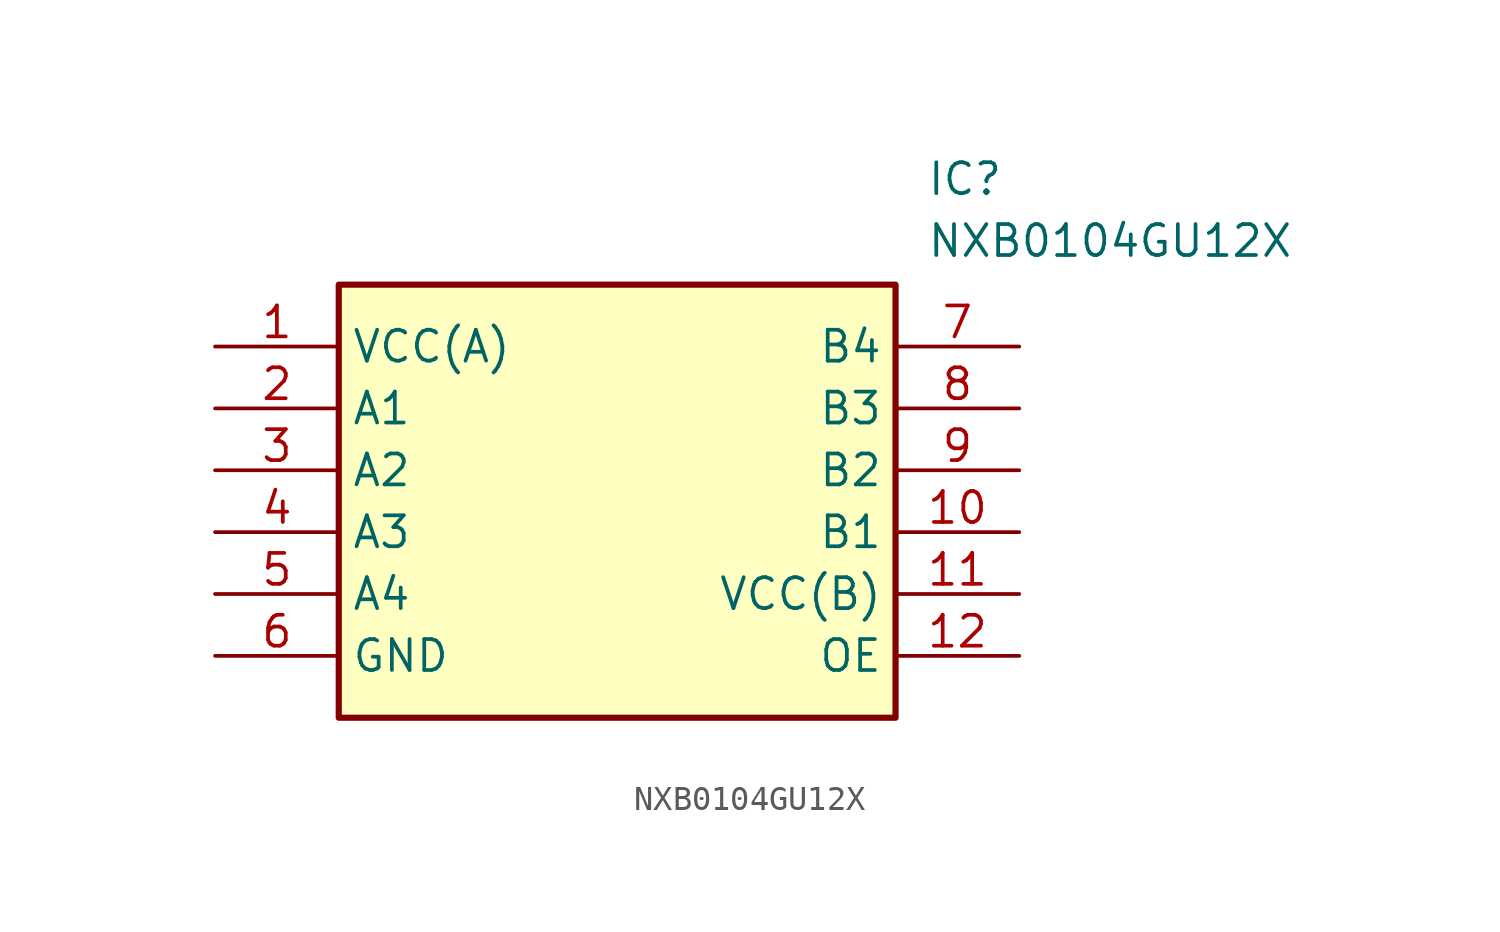
<source format=kicad_sym>
(kicad_symbol_lib
  (version 20211014)
  (generator SamacSys_ECAD_Model)
  (symbol "NXB0104GU12X"
    (property "Reference" "IC"
      (at 29.21 7.62 0)
      (effects (font (size 1.27 1.27)) (justify left top)))
    (property "Value" "NXB0104GU12X"
      (at 29.21 5.08 0)
      (effects (font (size 1.27 1.27)) (justify left top)))
    (rectangle
      (start 5.08 2.54)
      (end 27.94 -15.24)
      (stroke (width 0.254) (type default))
      (fill (type background)))
    (pin passive line
      (at 0 0 0)
      (length 5.08)
      (name "VCC(A)" (effects (font (size 1.27 1.27))))
      (number "1" (effects (font (size 1.27 1.27)))))
    (pin passive line
      (at 0 -2.54 0)
      (length 5.08)
      (name "A1" (effects (font (size 1.27 1.27))))
      (number "2" (effects (font (size 1.27 1.27)))))
    (pin passive line
      (at 0 -5.08 0)
      (length 5.08)
      (name "A2" (effects (font (size 1.27 1.27))))
      (number "3" (effects (font (size 1.27 1.27)))))
    (pin passive line
      (at 0 -7.62 0)
      (length 5.08)
      (name "A3" (effects (font (size 1.27 1.27))))
      (number "4" (effects (font (size 1.27 1.27)))))
    (pin passive line
      (at 0 -10.16 0)
      (length 5.08)
      (name "A4" (effects (font (size 1.27 1.27))))
      (number "5" (effects (font (size 1.27 1.27)))))
    (pin passive line
      (at 0 -12.7 0)
      (length 5.08)
      (name "GND" (effects (font (size 1.27 1.27))))
      (number "6" (effects (font (size 1.27 1.27)))))
    (pin passive line
      (at 33.02 0 180)
      (length 5.08)
      (name "B4" (effects (font (size 1.27 1.27))))
      (number "7" (effects (font (size 1.27 1.27)))))
    (pin passive line
      (at 33.02 -2.54 180)
      (length 5.08)
      (name "B3" (effects (font (size 1.27 1.27))))
      (number "8" (effects (font (size 1.27 1.27)))))
    (pin passive line
      (at 33.02 -5.08 180)
      (length 5.08)
      (name "B2" (effects (font (size 1.27 1.27))))
      (number "9" (effects (font (size 1.27 1.27)))))
    (pin passive line
      (at 33.02 -7.62 180)
      (length 5.08)
      (name "B1" (effects (font (size 1.27 1.27))))
      (number "10" (effects (font (size 1.27 1.27)))))
    (pin passive line
      (at 33.02 -10.16 180)
      (length 5.08)
      (name "VCC(B)" (effects (font (size 1.27 1.27))))
      (number "11" (effects (font (size 1.27 1.27)))))
    (pin passive line
      (at 33.02 -12.7 180)
      (length 5.08)
      (name "OE" (effects (font (size 1.27 1.27))))
      (number "12" (effects (font (size 1.27 1.27)))))))
</source>
